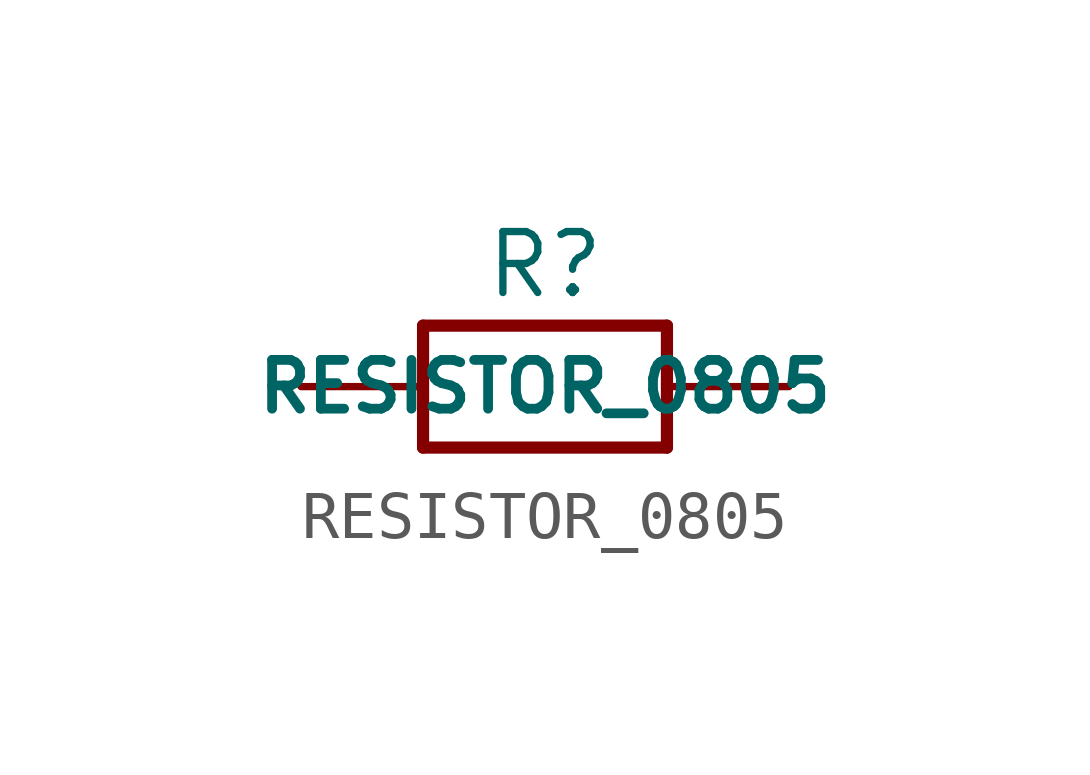
<source format=kicad_sym>
(kicad_symbol_lib
  (version 20201005)
  (generator kicad_symbol_editor)
  (symbol "RESISTOR_0805"
    (property "Reference" "R"
      (at 0 2.54 0)
      (effects (font (size 1.27 1.27))))
    (property "Value" "RESISTOR_0805"
      (at 0 0 0)
      (effects (font (size 1.016 1.016) bold)))
    (property "ki_locked" ""
      (at 0 0 0)
      (effects (font (size 1.27 1.27))))
    (symbol "RESISTOR_0805_1_0"
      (polyline (pts (xy -2.54 -1.27) (xy -2.54 1.27)) (stroke (width 0.254)) (fill (type none)))
      (polyline (pts (xy -2.54 1.27) (xy 2.54 1.27)) (stroke (width 0.254)) (fill (type none)))
      (polyline (pts (xy 2.54 -1.27) (xy -2.54 -1.27)) (stroke (width 0.254)) (fill (type none)))
      (polyline (pts (xy 2.54 1.27) (xy 2.54 -1.27)) (stroke (width 0.254)) (fill (type none)))
      (pin passive line (at -5.08 0 0) (length 2.54) (name "1" (effects (font (size 0 0)))) (number "1" (effects (font (size 0 0)))))
      (pin passive line (at 5.08 0 180) (length 2.54) (name "2" (effects (font (size 0 0)))) (number "2" (effects (font (size 0 0))))))))
</source>
